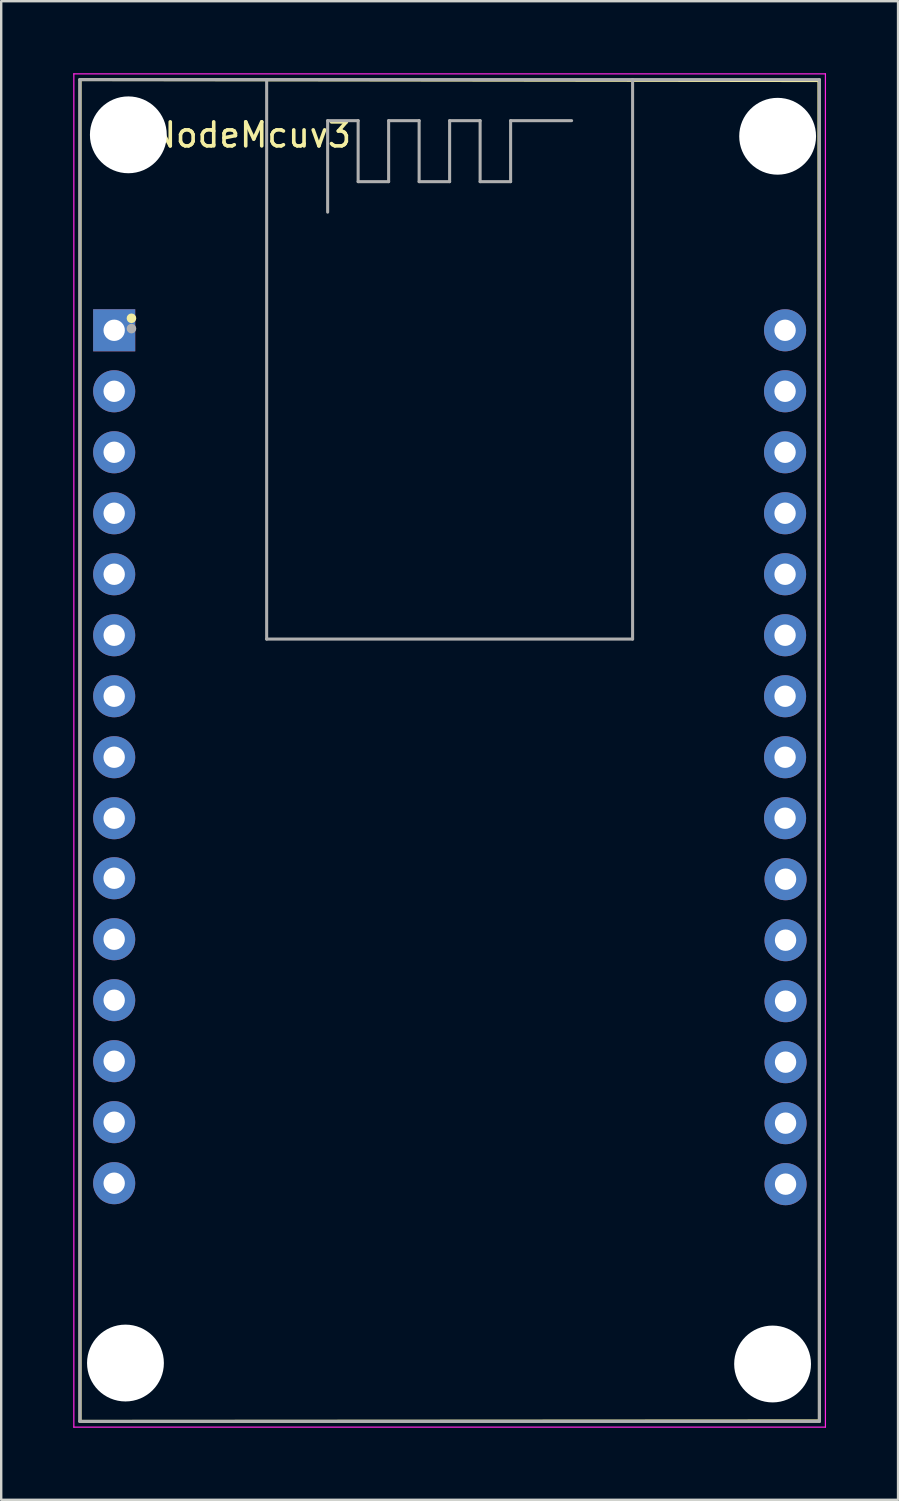
<source format=kicad_pcb>
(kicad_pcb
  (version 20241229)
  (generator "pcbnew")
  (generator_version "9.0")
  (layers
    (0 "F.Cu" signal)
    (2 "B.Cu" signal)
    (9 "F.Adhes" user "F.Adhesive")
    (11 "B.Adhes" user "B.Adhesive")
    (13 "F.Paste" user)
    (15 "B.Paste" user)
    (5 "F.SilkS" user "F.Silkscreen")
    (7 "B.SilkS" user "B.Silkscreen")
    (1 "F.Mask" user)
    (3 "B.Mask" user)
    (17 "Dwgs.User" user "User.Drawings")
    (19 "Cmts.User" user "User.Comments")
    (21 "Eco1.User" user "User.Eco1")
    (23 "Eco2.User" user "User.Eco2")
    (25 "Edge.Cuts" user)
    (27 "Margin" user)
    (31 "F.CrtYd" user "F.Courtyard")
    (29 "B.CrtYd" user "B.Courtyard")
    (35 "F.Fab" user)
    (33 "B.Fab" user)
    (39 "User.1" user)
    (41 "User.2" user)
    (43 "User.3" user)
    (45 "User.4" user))
  (footprint "myNodeMcuv3"
    (layer "F.Cu")
    (at 15.675 28.205)
    (property "Reference" "myNodeMcuv3" (at -9.325 -25.635 0) (layer "F.SilkS") (effects (font (size 1 1) (thickness 0.15))))
    (attr through_hole)
    (fp_line (start -15.39 -27.94) (end 15.38 -27.9) (stroke (width 0.127) (type solid)) (layer "F.SilkS"))
    (fp_line (start -15.39 27.94) (end -15.39 -27.94) (stroke (width 0.127) (type solid)) (layer "F.SilkS"))
    (fp_line (start -15.39 27.94) (end 15.4 27.92) (stroke (width 0.127) (type solid)) (layer "F.SilkS"))
    (fp_line (start 15.38 -27.9) (end 15.4 27.92) (stroke (width 0.127) (type solid)) (layer "F.SilkS"))
    (fp_circle (center -13.25 -18) (end -13.15 -18) (stroke (width 0.2) (type solid)) (fill no) (layer "F.SilkS"))
    (fp_line (start -15.65 -28.18) (end 15.65 -28.18) (stroke (width 0.05) (type solid)) (layer "F.CrtYd"))
    (fp_line (start -15.65 28.18) (end -15.65 -28.18) (stroke (width 0.05) (type solid)) (layer "F.CrtYd"))
    (fp_line (start 15.65 -28.18) (end 15.65 28.18) (stroke (width 0.05) (type solid)) (layer "F.CrtYd"))
    (fp_line (start 15.65 28.18) (end -15.65 28.18) (stroke (width 0.05) (type solid)) (layer "F.CrtYd"))
    (fp_line (start -15.4 -27.94) (end -7.62 -27.94) (stroke (width 0.127) (type solid)) (layer "F.Fab"))
    (fp_line (start -15.4 27.94) (end -15.4 -27.94) (stroke (width 0.127) (type solid)) (layer "F.Fab"))
    (fp_line (start -15.4 27.94) (end 15.4 27.94) (stroke (width 0.127) (type solid)) (layer "F.Fab"))
    (fp_line (start -7.62 -27.94) (end -7.62 -4.64) (stroke (width 0.127) (type solid)) (layer "F.Fab"))
    (fp_line (start -7.62 -27.94) (end 7.62 -27.94) (stroke (width 0.127) (type solid)) (layer "F.Fab"))
    (fp_line (start -7.62 -4.64) (end 7.62 -4.64) (stroke (width 0.127) (type solid)) (layer "F.Fab"))
    (fp_line (start -5.08 -26.23) (end -3.81 -26.23) (stroke (width 0.127) (type solid)) (layer "F.Fab"))
    (fp_line (start -5.08 -22.42) (end -5.08 -26.23) (stroke (width 0.127) (type solid)) (layer "F.Fab"))
    (fp_line (start -3.81 -26.23) (end -3.81 -23.69) (stroke (width 0.127) (type solid)) (layer "F.Fab"))
    (fp_line (start -3.81 -23.69) (end -2.54 -23.69) (stroke (width 0.127) (type solid)) (layer "F.Fab"))
    (fp_line (start -2.54 -26.23) (end -1.27 -26.23) (stroke (width 0.127) (type solid)) (layer "F.Fab"))
    (fp_line (start -2.54 -23.69) (end -2.54 -26.23) (stroke (width 0.127) (type solid)) (layer "F.Fab"))
    (fp_line (start -1.27 -26.23) (end -1.27 -23.69) (stroke (width 0.127) (type solid)) (layer "F.Fab"))
    (fp_line (start -1.27 -23.69) (end 0 -23.69) (stroke (width 0.127) (type solid)) (layer "F.Fab"))
    (fp_line (start 0 -26.23) (end 1.27 -26.23) (stroke (width 0.127) (type solid)) (layer "F.Fab"))
    (fp_line (start 0 -23.69) (end 0 -26.23) (stroke (width 0.127) (type solid)) (layer "F.Fab"))
    (fp_line (start 1.27 -26.23) (end 1.27 -23.69) (stroke (width 0.127) (type solid)) (layer "F.Fab"))
    (fp_line (start 1.27 -23.69) (end 2.54 -23.69) (stroke (width 0.127) (type solid)) (layer "F.Fab"))
    (fp_line (start 2.54 -26.23) (end 5.08 -26.23) (stroke (width 0.127) (type solid)) (layer "F.Fab"))
    (fp_line (start 2.54 -23.69) (end 2.54 -26.23) (stroke (width 0.127) (type solid)) (layer "F.Fab"))
    (fp_line (start 7.62 -27.94) (end 15.4 -27.94) (stroke (width 0.127) (type solid)) (layer "F.Fab"))
    (fp_line (start 7.62 -4.64) (end 7.62 -27.94) (stroke (width 0.127) (type solid)) (layer "F.Fab"))
    (fp_line (start 15.4 -27.94) (end 15.4 27.94) (stroke (width 0.127) (type solid)) (layer "F.Fab"))
    (fp_circle (center -13.25 -17.57) (end -13.15 -17.57) (stroke (width 0.2) (type solid)) (fill no) (layer "F.Fab"))
    (pad "" np_thru_hole circle (at -13.5 25.51) (size 3.2 3.2) (drill 3.2) (layers "*.Cu" "*.Mask"))
    (pad "" np_thru_hole circle (at -13.38 -25.64) (size 3.2 3.2) (drill 3.2) (layers "*.Cu" "*.Mask"))
    (pad "" np_thru_hole circle (at 13.45 25.55) (size 3.2 3.2) (drill 3.2) (layers "*.Cu" "*.Mask"))
    (pad "" np_thru_hole circle (at 13.66 -25.58) (size 3.2 3.2) (drill 3.2) (layers "*.Cu" "*.Mask"))
    (pad "1" thru_hole rect (at -13.97 -17.5) (size 1.753 1.753) (drill 0.889) (layers "*.Cu" "*.Mask"))
    (pad "2" thru_hole circle (at -13.97 -14.96) (size 1.753 1.753) (drill 0.889) (layers "*.Cu" "*.Mask"))
    (pad "3" thru_hole circle (at -13.97 -12.42) (size 1.753 1.753) (drill 0.889) (layers "*.Cu" "*.Mask"))
    (pad "4" thru_hole circle (at -13.97 -9.88) (size 1.753 1.753) (drill 0.889) (layers "*.Cu" "*.Mask"))
    (pad "5" thru_hole circle (at -13.97 -7.34) (size 1.753 1.753) (drill 0.889) (layers "*.Cu" "*.Mask"))
    (pad "6" thru_hole circle (at -13.97 -4.8) (size 1.753 1.753) (drill 0.889) (layers "*.Cu" "*.Mask"))
    (pad "7" thru_hole circle (at -13.97 -2.26) (size 1.753 1.753) (drill 0.889) (layers "*.Cu" "*.Mask"))
    (pad "8" thru_hole circle (at -13.97 0.28) (size 1.753 1.753) (drill 0.889) (layers "*.Cu" "*.Mask"))
    (pad "9" thru_hole circle (at -13.97 2.82) (size 1.753 1.753) (drill 0.889) (layers "*.Cu" "*.Mask"))
    (pad "10" thru_hole circle (at -13.97 5.32) (size 1.753 1.753) (drill 0.889) (layers "*.Cu" "*.Mask"))
    (pad "11" thru_hole circle (at -13.97 7.86) (size 1.753 1.753) (drill 0.889) (layers "*.Cu" "*.Mask"))
    (pad "12" thru_hole circle (at -13.97 10.4) (size 1.753 1.753) (drill 0.889) (layers "*.Cu" "*.Mask"))
    (pad "13" thru_hole circle (at -13.97 12.94) (size 1.753 1.753) (drill 0.889) (layers "*.Cu" "*.Mask"))
    (pad "14" thru_hole circle (at -13.97 15.48) (size 1.753 1.753) (drill 0.889) (layers "*.Cu" "*.Mask"))
    (pad "15" thru_hole circle (at -13.97 18.02) (size 1.753 1.753) (drill 0.889) (layers "*.Cu" "*.Mask"))
    (pad "16" thru_hole circle (at 13.99 18.06) (size 1.753 1.753) (drill 0.889) (layers "*.Cu" "*.Mask"))
    (pad "17" thru_hole circle (at 13.99 15.52) (size 1.753 1.753) (drill 0.889) (layers "*.Cu" "*.Mask"))
    (pad "18" thru_hole circle (at 13.99 12.98) (size 1.753 1.753) (drill 0.889) (layers "*.Cu" "*.Mask"))
    (pad "19" thru_hole circle (at 13.99 10.44) (size 1.753 1.753) (drill 0.889) (layers "*.Cu" "*.Mask"))
    (pad "20" thru_hole circle (at 13.99 7.9) (size 1.753 1.753) (drill 0.889) (layers "*.Cu" "*.Mask"))
    (pad "21" thru_hole circle (at 13.99 5.36) (size 1.753 1.753) (drill 0.889) (layers "*.Cu" "*.Mask"))
    (pad "22" thru_hole circle (at 13.97 2.82) (size 1.753 1.753) (drill 0.889) (layers "*.Cu" "*.Mask"))
    (pad "23" thru_hole circle (at 13.97 0.28) (size 1.753 1.753) (drill 0.889) (layers "*.Cu" "*.Mask"))
    (pad "24" thru_hole circle (at 13.97 -2.26) (size 1.753 1.753) (drill 0.889) (layers "*.Cu" "*.Mask"))
    (pad "25" thru_hole circle (at 13.97 -4.8) (size 1.753 1.753) (drill 0.889) (layers "*.Cu" "*.Mask"))
    (pad "26" thru_hole circle (at 13.97 -7.34) (size 1.753 1.753) (drill 0.889) (layers "*.Cu" "*.Mask"))
    (pad "27" thru_hole circle (at 13.97 -9.88) (size 1.753 1.753) (drill 0.889) (layers "*.Cu" "*.Mask"))
    (pad "28" thru_hole circle (at 13.97 -12.42) (size 1.753 1.753) (drill 0.889) (layers "*.Cu" "*.Mask"))
    (pad "29" thru_hole circle (at 13.97 -14.96) (size 1.753 1.753) (drill 0.889) (layers "*.Cu" "*.Mask"))
    (pad "30" thru_hole circle (at 13.97 -17.5) (size 1.753 1.753) (drill 0.889) (layers "*.Cu" "*.Mask")))
  (gr_rect
    (start -3 -3)
    (end 34.35 59.41)
    (stroke (width 0.1) (type default))
    (fill no)
    (layer "Edge.Cuts")))
</source>
